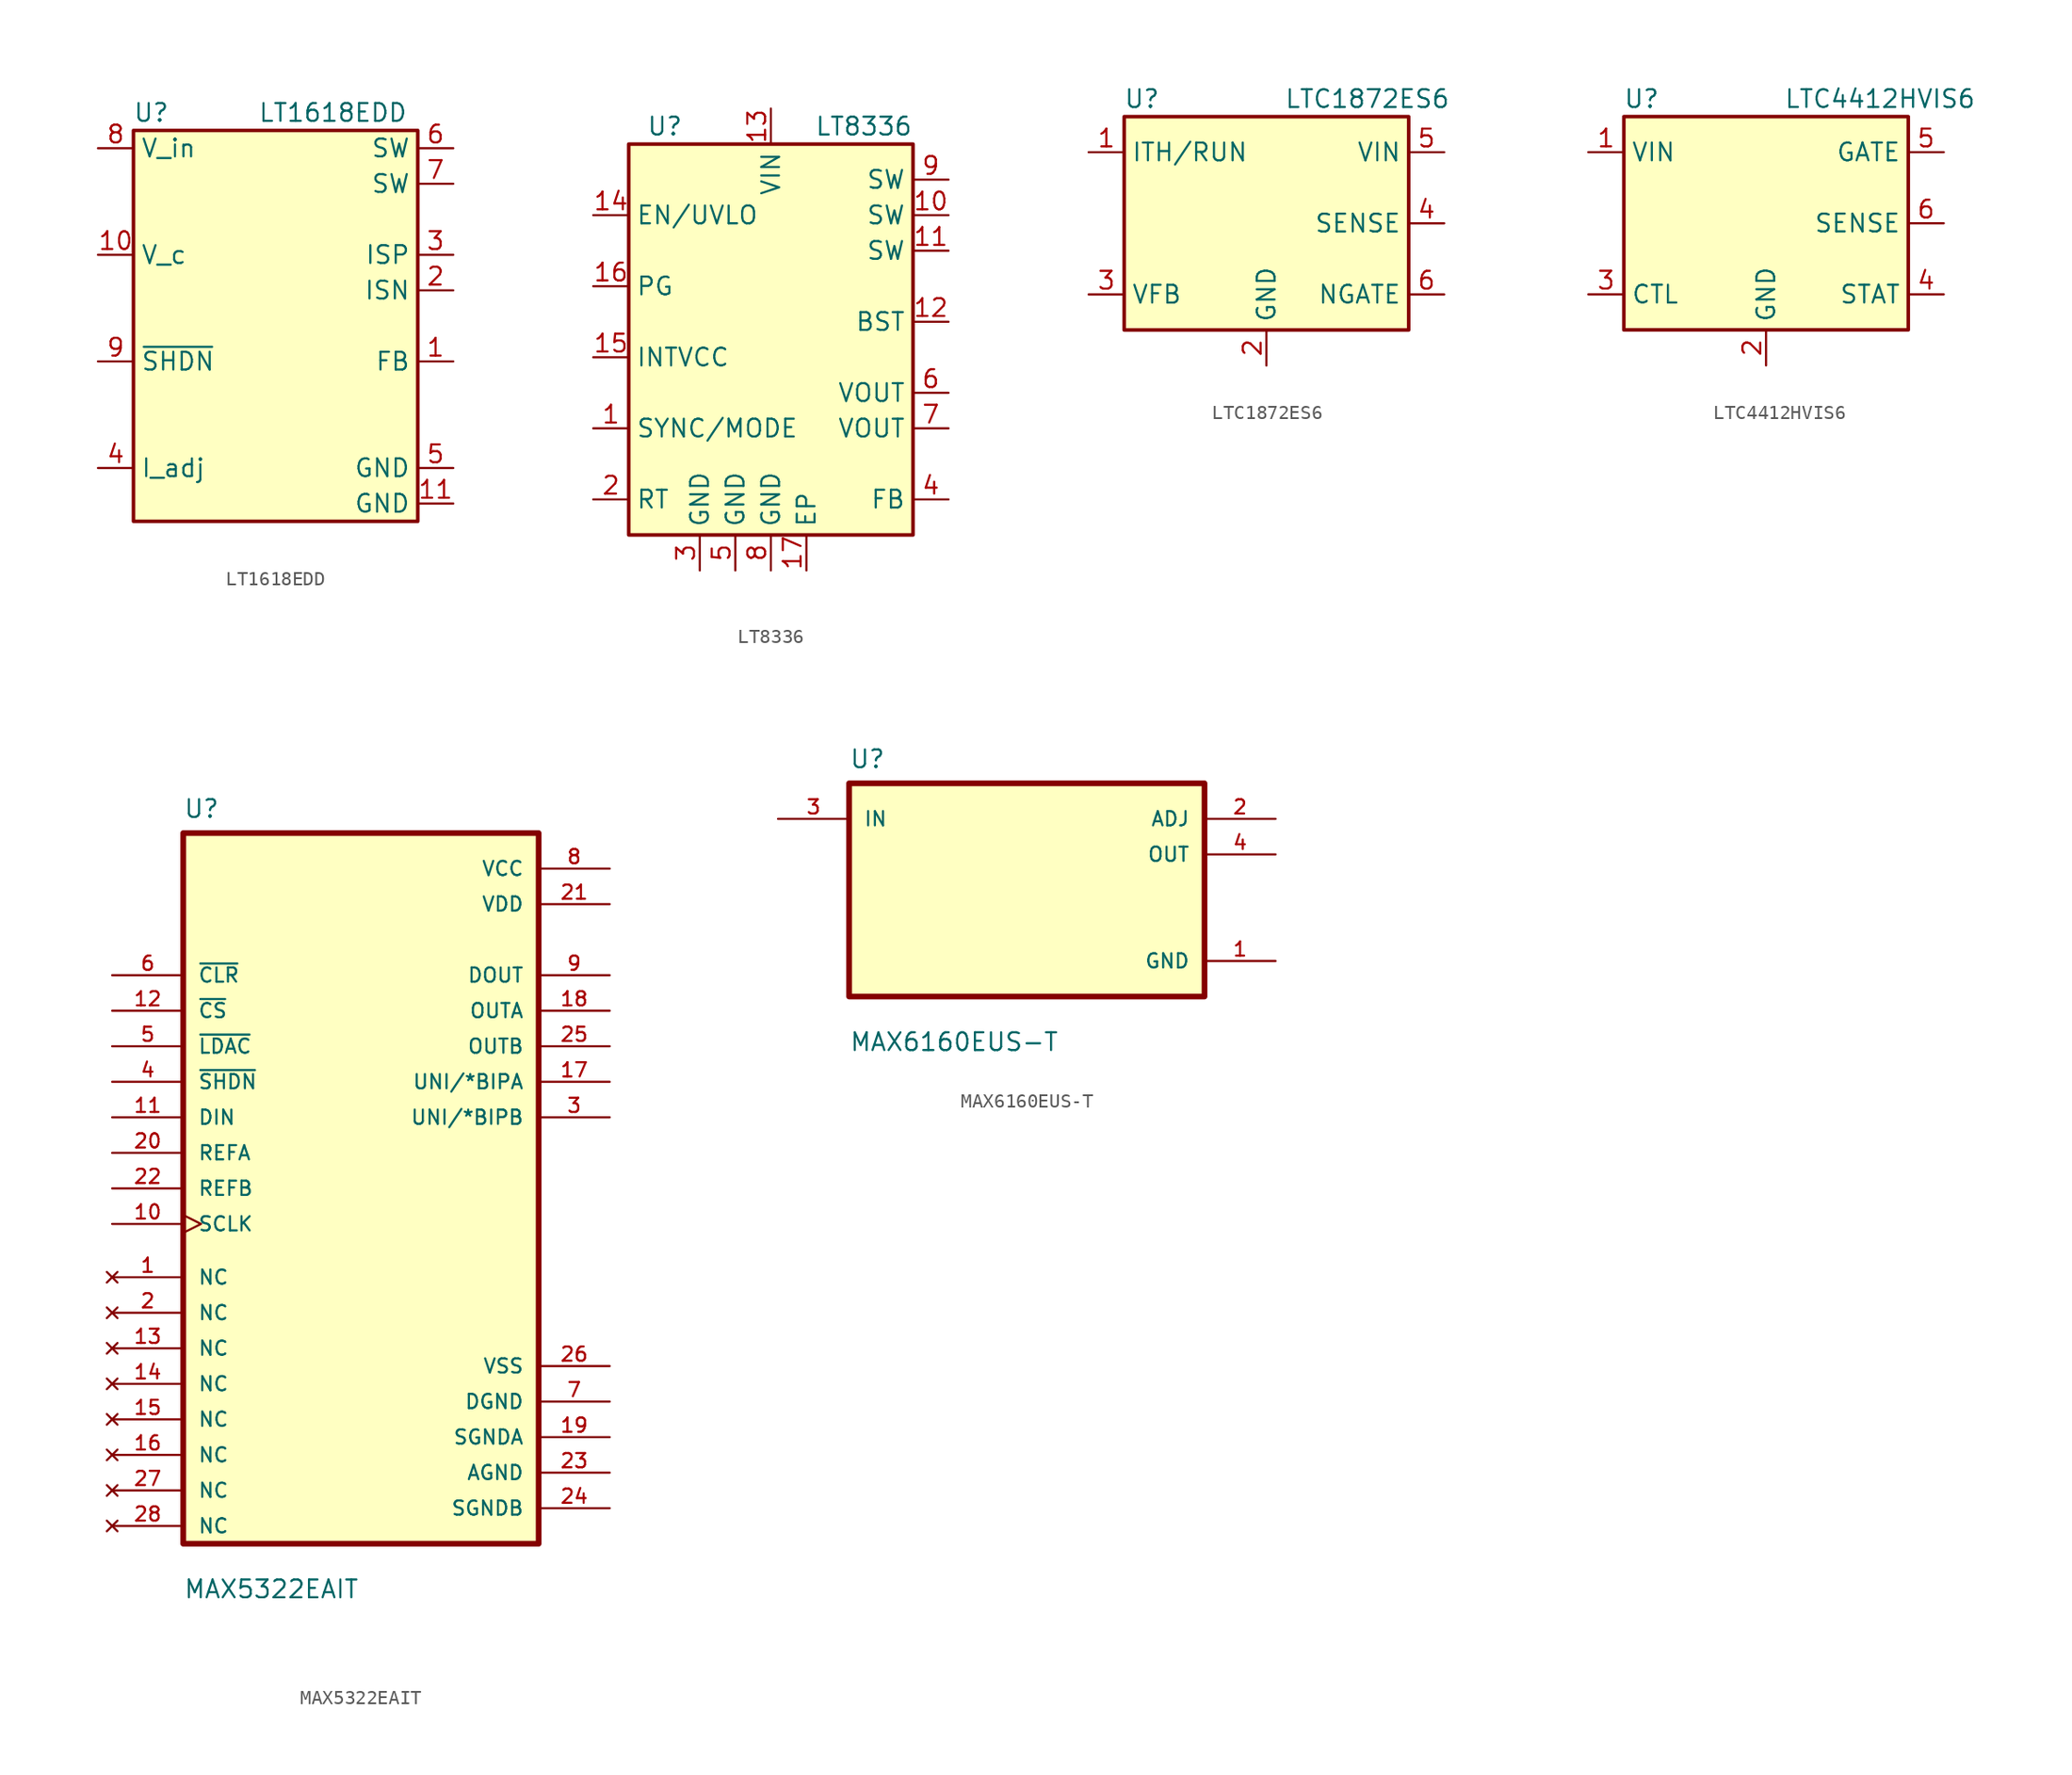
<source format=kicad_sym>
(kicad_symbol_lib
  (version 20220914)
  (generator kicad_symbol_editor)
  (symbol "LT1618EDD"
    (property "Reference" "U"
      (at -8.89 8.89 0)
      (effects (font (size 1.27 1.27))))
    (property "Value" "LT1618EDD"
      (at -1.27 8.89 0)
      (effects (font (size 1.27 1.27)) (justify left)))
    (symbol "LT1618EDD_0_1"
      (rectangle (start -10.16 7.62) (end 10.16 -20.32) (stroke (width 0.254) (type default)) (fill (type background))))
    (symbol "LT1618EDD_1_1"
      (pin input line (at 12.7 -8.89 180) (length 2.54) (name "FB" (effects (font (size 1.27 1.27)))) (number "1" (effects (font (size 1.27 1.27)))))
      (pin input line (at -12.7 -1.27 0) (length 2.54) (name "V_c" (effects (font (size 1.27 1.27)))) (number "10" (effects (font (size 1.27 1.27)))))
      (pin power_in line (at 12.7 -19.05 180) (length 2.54) (name "GND" (effects (font (size 1.27 1.27)))) (number "11" (effects (font (size 1.27 1.27)))))
      (pin input line (at 12.7 -3.81 180) (length 2.54) (name "ISN" (effects (font (size 1.27 1.27)))) (number "2" (effects (font (size 1.27 1.27)))))
      (pin input line (at 12.7 -1.27 180) (length 2.54) (name "ISP" (effects (font (size 1.27 1.27)))) (number "3" (effects (font (size 1.27 1.27)))))
      (pin input line (at -12.7 -16.51 0) (length 2.54) (name "I_adj" (effects (font (size 1.27 1.27)))) (number "4" (effects (font (size 1.27 1.27)))))
      (pin power_in line (at 12.7 -16.51 180) (length 2.54) (name "GND" (effects (font (size 1.27 1.27)))) (number "5" (effects (font (size 1.27 1.27)))))
      (pin power_in line (at 12.7 6.35 180) (length 2.54) (name "SW" (effects (font (size 1.27 1.27)))) (number "6" (effects (font (size 1.27 1.27)))))
      (pin power_in line (at 12.7 3.81 180) (length 2.54) (name "SW" (effects (font (size 1.27 1.27)))) (number "7" (effects (font (size 1.27 1.27)))))
      (pin power_in line (at -12.7 6.35 0) (length 2.54) (name "V_in" (effects (font (size 1.27 1.27)))) (number "8" (effects (font (size 1.27 1.27)))))
      (pin input line (at -12.7 -8.89 0) (length 2.54) (name "~{SHDN}" (effects (font (size 1.27 1.27)))) (number "9" (effects (font (size 1.27 1.27)))))))
  (symbol "LT8336"
    (property "Reference" "U"
      (at -8.89 19.05 0)
      (effects (font (size 1.27 1.27)) (justify left)))
    (property "Value" "LT8336"
      (at 10.16 19.05 0)
      (effects (font (size 1.27 1.27)) (justify right)))
    (symbol "LT8336_0_1"
      (rectangle (start -10.16 17.78) (end 10.16 -10.16) (stroke (width 0.254) (type default)) (fill (type background))))
    (symbol "LT8336_1_1"
      (pin passive line (at -12.7 -2.54 0) (length 2.54) (name "SYNC/MODE" (effects (font (size 1.27 1.27)))) (number "1" (effects (font (size 1.27 1.27)))))
      (pin passive line (at 12.7 12.7 180) (length 2.54) (name "SW" (effects (font (size 1.27 1.27)))) (number "10" (effects (font (size 1.27 1.27)))))
      (pin passive line (at 12.7 10.16 180) (length 2.54) (name "SW" (effects (font (size 1.27 1.27)))) (number "11" (effects (font (size 1.27 1.27)))))
      (pin passive line (at 12.7 5.08 180) (length 2.54) (name "BST" (effects (font (size 1.27 1.27)))) (number "12" (effects (font (size 1.27 1.27)))))
      (pin power_in line (at 0 20.32 270) (length 2.54) (name "VIN" (effects (font (size 1.27 1.27)))) (number "13" (effects (font (size 1.27 1.27)))))
      (pin input line (at -12.7 12.7 0) (length 2.54) (name "EN/UVLO" (effects (font (size 1.27 1.27)))) (number "14" (effects (font (size 1.27 1.27)))))
      (pin passive line (at -12.7 2.54 0) (length 2.54) (name "INTVCC" (effects (font (size 1.27 1.27)))) (number "15" (effects (font (size 1.27 1.27)))))
      (pin open_collector line (at -12.7 7.62 0) (length 2.54) (name "PG" (effects (font (size 1.27 1.27)))) (number "16" (effects (font (size 1.27 1.27)))))
      (pin power_in line (at 2.54 -12.7 90) (length 2.54) (name "EP" (effects (font (size 1.27 1.27)))) (number "17" (effects (font (size 1.27 1.27)))))
      (pin passive line (at -12.7 -7.62 0) (length 2.54) (name "RT" (effects (font (size 1.27 1.27)))) (number "2" (effects (font (size 1.27 1.27)))))
      (pin power_in line (at -5.08 -12.7 90) (length 2.54) (name "GND" (effects (font (size 1.27 1.27)))) (number "3" (effects (font (size 1.27 1.27)))))
      (pin input line (at 12.7 -7.62 180) (length 2.54) (name "FB" (effects (font (size 1.27 1.27)))) (number "4" (effects (font (size 1.27 1.27)))))
      (pin power_in line (at -2.54 -12.7 90) (length 2.54) (name "GND" (effects (font (size 1.27 1.27)))) (number "5" (effects (font (size 1.27 1.27)))))
      (pin power_out line (at 12.7 0 180) (length 2.54) (name "VOUT" (effects (font (size 1.27 1.27)))) (number "6" (effects (font (size 1.27 1.27)))))
      (pin passive line (at 12.7 -2.54 180) (length 2.54) (name "VOUT" (effects (font (size 1.27 1.27)))) (number "7" (effects (font (size 1.27 1.27)))))
      (pin power_in line (at 0 -12.7 90) (length 2.54) (name "GND" (effects (font (size 1.27 1.27)))) (number "8" (effects (font (size 1.27 1.27)))))
      (pin power_out line (at 12.7 15.24 180) (length 2.54) (name "SW" (effects (font (size 1.27 1.27)))) (number "9" (effects (font (size 1.27 1.27)))))))
  (symbol "LTC1872ES6"
    (property "Reference" "U"
      (at -8.89 8.89 0)
      (effects (font (size 1.27 1.27))))
    (property "Value" "LTC1872ES6"
      (at 1.27 8.89 0)
      (effects (font (size 1.27 1.27)) (justify left)))
    (symbol "LTC1872ES6_0_1"
      (rectangle (start -10.16 7.62) (end 10.16 -7.62) (stroke (width 0.254) (type default)) (fill (type background))))
    (symbol "LTC1872ES6_1_1"
      (pin input line (at -12.7 5.08 0) (length 2.54) (name "ITH/RUN" (effects (font (size 1.27 1.27)))) (number "1" (effects (font (size 1.27 1.27)))))
      (pin power_in line (at 0 -10.16 90) (length 2.54) (name "GND" (effects (font (size 1.27 1.27)))) (number "2" (effects (font (size 1.27 1.27)))))
      (pin input line (at -12.7 -5.08 0) (length 2.54) (name "VFB" (effects (font (size 1.27 1.27)))) (number "3" (effects (font (size 1.27 1.27)))))
      (pin input line (at 12.7 0 180) (length 2.54) (name "SENSE" (effects (font (size 1.27 1.27)))) (number "4" (effects (font (size 1.27 1.27)))))
      (pin power_in line (at 12.7 5.08 180) (length 2.54) (name "VIN" (effects (font (size 1.27 1.27)))) (number "5" (effects (font (size 1.27 1.27)))))
      (pin bidirectional line (at 12.7 -5.08 180) (length 2.54) (name "NGATE" (effects (font (size 1.27 1.27)))) (number "6" (effects (font (size 1.27 1.27)))))))
  (symbol "LTC4412HVIS6"
    (property "Reference" "U"
      (at -8.89 8.89 0)
      (effects (font (size 1.27 1.27))))
    (property "Value" "LTC4412HVIS6"
      (at 1.27 8.89 0)
      (effects (font (size 1.27 1.27)) (justify left)))
    (symbol "LTC4412HVIS6_0_1"
      (rectangle (start -10.16 7.62) (end 10.16 -7.62) (stroke (width 0.254) (type default)) (fill (type background))))
    (symbol "LTC4412HVIS6_1_1"
      (pin power_in line (at -12.7 5.08 0) (length 2.54) (name "VIN" (effects (font (size 1.27 1.27)))) (number "1" (effects (font (size 1.27 1.27)))))
      (pin power_in line (at 0 -10.16 90) (length 2.54) (name "GND" (effects (font (size 1.27 1.27)))) (number "2" (effects (font (size 1.27 1.27)))))
      (pin input line (at -12.7 -5.08 0) (length 2.54) (name "CTL" (effects (font (size 1.27 1.27)))) (number "3" (effects (font (size 1.27 1.27)))))
      (pin open_collector line (at 12.7 -5.08 180) (length 2.54) (name "STAT" (effects (font (size 1.27 1.27)))) (number "4" (effects (font (size 1.27 1.27)))))
      (pin output line (at 12.7 5.08 180) (length 2.54) (name "GATE" (effects (font (size 1.27 1.27)))) (number "5" (effects (font (size 1.27 1.27)))))
      (pin input line (at 12.7 0 180) (length 2.54) (name "SENSE" (effects (font (size 1.27 1.27)))) (number "6" (effects (font (size 1.27 1.27)))))))
  (symbol "MAX5322EAIT"
    (pin_names
      (offset 1.016))
    (property "Reference" "U"
      (at -12.7 26.391 0)
      (effects (font (size 1.27 1.27)) (justify left bottom)))
    (property "Value" "MAX5322EAIT"
      (at -12.7 -29.388 0)
      (effects (font (size 1.27 1.27)) (justify left bottom)))
    (symbol "MAX5322EAIT_0_0"
      (rectangle (start -12.7 -25.4) (end 12.7 25.4) (stroke (width 0.406) (type default)) (fill (type background)))
      (pin no_connect line (at -17.78 -6.35 0) (length 5.08) (name "NC" (effects (font (size 1.016 1.016)))) (number "1" (effects (font (size 1.016 1.016)))))
      (pin input clock (at -17.78 -2.54 0) (length 5.08) (name "SCLK" (effects (font (size 1.016 1.016)))) (number "10" (effects (font (size 1.016 1.016)))))
      (pin input line (at -17.78 5.08 0) (length 5.08) (name "DIN" (effects (font (size 1.016 1.016)))) (number "11" (effects (font (size 1.016 1.016)))))
      (pin input line (at -17.78 12.7 0) (length 5.08) (name "~{CS}" (effects (font (size 1.016 1.016)))) (number "12" (effects (font (size 1.016 1.016)))))
      (pin no_connect line (at -17.78 -11.43 0) (length 5.08) (name "NC" (effects (font (size 1.016 1.016)))) (number "13" (effects (font (size 1.016 1.016)))))
      (pin no_connect line (at -17.78 -13.97 0) (length 5.08) (name "NC" (effects (font (size 1.016 1.016)))) (number "14" (effects (font (size 1.016 1.016)))))
      (pin no_connect line (at -17.78 -16.51 0) (length 5.08) (name "NC" (effects (font (size 1.016 1.016)))) (number "15" (effects (font (size 1.016 1.016)))))
      (pin no_connect line (at -17.78 -19.05 0) (length 5.08) (name "NC" (effects (font (size 1.016 1.016)))) (number "16" (effects (font (size 1.016 1.016)))))
      (pin input line (at 17.78 7.62 180) (length 5.08) (name "UNI/*BIPA" (effects (font (size 1.016 1.016)))) (number "17" (effects (font (size 1.016 1.016)))))
      (pin output line (at 17.78 12.7 180) (length 5.08) (name "OUTA" (effects (font (size 1.016 1.016)))) (number "18" (effects (font (size 1.016 1.016)))))
      (pin power_in line (at 17.78 -17.78 180) (length 5.08) (name "SGNDA" (effects (font (size 1.016 1.016)))) (number "19" (effects (font (size 1.016 1.016)))))
      (pin no_connect line (at -17.78 -8.89 0) (length 5.08) (name "NC" (effects (font (size 1.016 1.016)))) (number "2" (effects (font (size 1.016 1.016)))))
      (pin input line (at -17.78 2.54 0) (length 5.08) (name "REFA" (effects (font (size 1.016 1.016)))) (number "20" (effects (font (size 1.016 1.016)))))
      (pin power_in line (at 17.78 20.32 180) (length 5.08) (name "VDD" (effects (font (size 1.016 1.016)))) (number "21" (effects (font (size 1.016 1.016)))))
      (pin input line (at -17.78 0 0) (length 5.08) (name "REFB" (effects (font (size 1.016 1.016)))) (number "22" (effects (font (size 1.016 1.016)))))
      (pin power_in line (at 17.78 -20.32 180) (length 5.08) (name "AGND" (effects (font (size 1.016 1.016)))) (number "23" (effects (font (size 1.016 1.016)))))
      (pin power_in line (at 17.78 -22.86 180) (length 5.08) (name "SGNDB" (effects (font (size 1.016 1.016)))) (number "24" (effects (font (size 1.016 1.016)))))
      (pin output line (at 17.78 10.16 180) (length 5.08) (name "OUTB" (effects (font (size 1.016 1.016)))) (number "25" (effects (font (size 1.016 1.016)))))
      (pin power_in line (at 17.78 -12.7 180) (length 5.08) (name "VSS" (effects (font (size 1.016 1.016)))) (number "26" (effects (font (size 1.016 1.016)))))
      (pin no_connect line (at -17.78 -21.59 0) (length 5.08) (name "NC" (effects (font (size 1.016 1.016)))) (number "27" (effects (font (size 1.016 1.016)))))
      (pin no_connect line (at -17.78 -24.13 0) (length 5.08) (name "NC" (effects (font (size 1.016 1.016)))) (number "28" (effects (font (size 1.016 1.016)))))
      (pin input line (at 17.78 5.08 180) (length 5.08) (name "UNI/*BIPB" (effects (font (size 1.016 1.016)))) (number "3" (effects (font (size 1.016 1.016)))))
      (pin input line (at -17.78 7.62 0) (length 5.08) (name "~{SHDN}" (effects (font (size 1.016 1.016)))) (number "4" (effects (font (size 1.016 1.016)))))
      (pin input line (at -17.78 10.16 0) (length 5.08) (name "~{LDAC}" (effects (font (size 1.016 1.016)))) (number "5" (effects (font (size 1.016 1.016)))))
      (pin input line (at -17.78 15.24 0) (length 5.08) (name "~{CLR}" (effects (font (size 1.016 1.016)))) (number "6" (effects (font (size 1.016 1.016)))))
      (pin power_in line (at 17.78 -15.24 180) (length 5.08) (name "DGND" (effects (font (size 1.016 1.016)))) (number "7" (effects (font (size 1.016 1.016)))))
      (pin power_in line (at 17.78 22.86 180) (length 5.08) (name "VCC" (effects (font (size 1.016 1.016)))) (number "8" (effects (font (size 1.016 1.016)))))
      (pin output line (at 17.78 15.24 180) (length 5.08) (name "DOUT" (effects (font (size 1.016 1.016)))) (number "9" (effects (font (size 1.016 1.016)))))))
  (symbol "MAX6160EUS-T"
    (pin_names
      (offset 1.016))
    (property "Reference" "U"
      (at -12.7 8.611 0)
      (effects (font (size 1.27 1.27)) (justify left bottom)))
    (property "Value" "MAX6160EUS-T"
      (at -12.7 -11.608 0)
      (effects (font (size 1.27 1.27)) (justify left bottom)))
    (property "ki_locked" ""
      (at 0 0 0)
      (effects (font (size 1.27 1.27))))
    (symbol "MAX6160EUS-T_0_0"
      (rectangle (start -12.7 -7.62) (end 12.7 7.62) (stroke (width 0.406) (type default)) (fill (type background)))
      (pin power_in line (at 17.78 -5.08 180) (length 5.08) (name "GND" (effects (font (size 1.016 1.016)))) (number "1" (effects (font (size 1.016 1.016)))))
      (pin output line (at 17.78 5.08 180) (length 5.08) (name "ADJ" (effects (font (size 1.016 1.016)))) (number "2" (effects (font (size 1.016 1.016)))))
      (pin input line (at -17.78 5.08 0) (length 5.08) (name "IN" (effects (font (size 1.016 1.016)))) (number "3" (effects (font (size 1.016 1.016)))))
      (pin output line (at 17.78 2.54 180) (length 5.08) (name "OUT" (effects (font (size 1.016 1.016)))) (number "4" (effects (font (size 1.016 1.016))))))))
</source>
